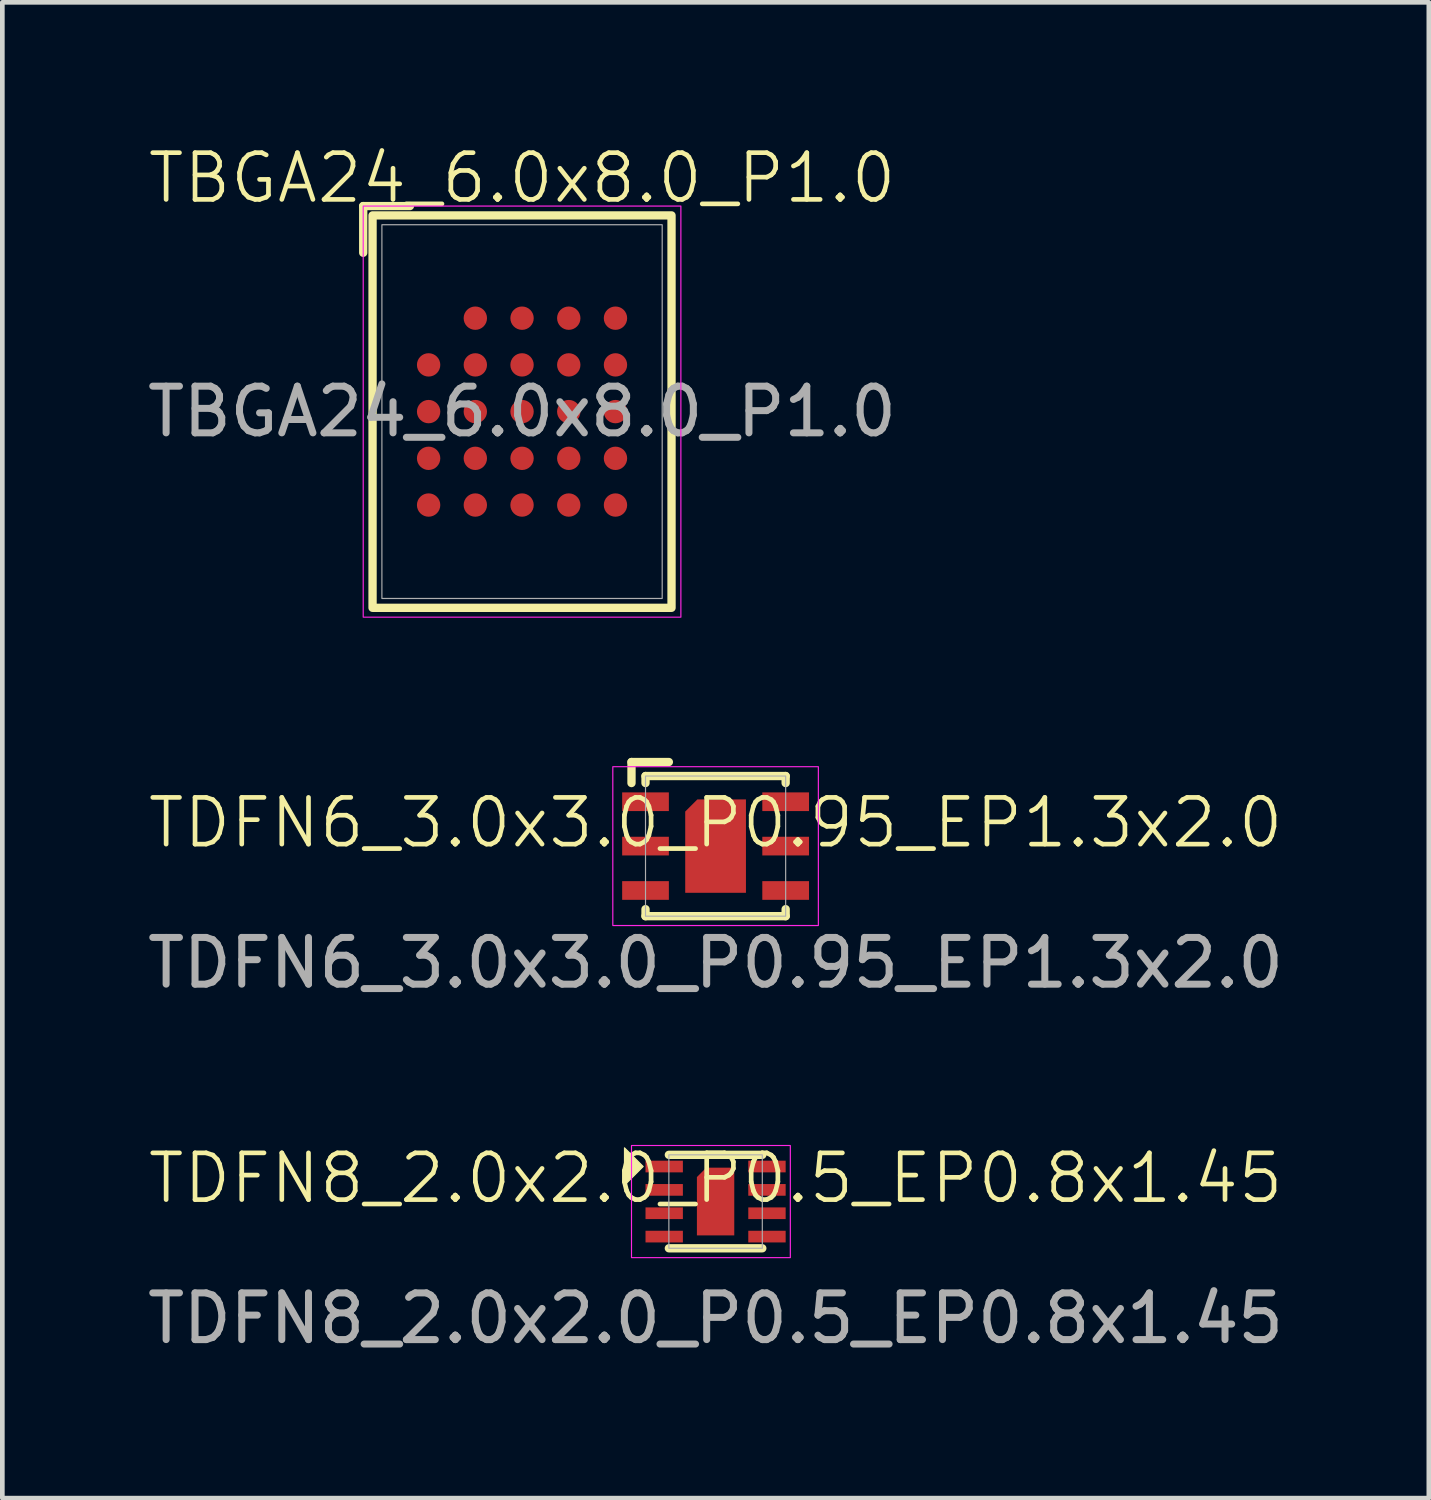
<source format=kicad_pcb>
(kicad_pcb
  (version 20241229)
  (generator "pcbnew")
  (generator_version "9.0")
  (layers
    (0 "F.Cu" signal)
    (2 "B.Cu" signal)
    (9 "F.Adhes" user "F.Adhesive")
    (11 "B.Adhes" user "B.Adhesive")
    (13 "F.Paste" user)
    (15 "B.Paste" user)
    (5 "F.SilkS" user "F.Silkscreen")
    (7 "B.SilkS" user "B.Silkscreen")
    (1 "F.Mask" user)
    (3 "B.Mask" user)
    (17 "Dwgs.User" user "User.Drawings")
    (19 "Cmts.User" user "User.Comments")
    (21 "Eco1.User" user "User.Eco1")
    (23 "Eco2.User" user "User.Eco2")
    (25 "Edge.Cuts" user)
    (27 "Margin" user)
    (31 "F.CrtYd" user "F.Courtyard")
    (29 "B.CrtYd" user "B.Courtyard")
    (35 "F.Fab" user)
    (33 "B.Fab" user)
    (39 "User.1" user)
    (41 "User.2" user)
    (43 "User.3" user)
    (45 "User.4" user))
  (footprint "TBGA24_6.0x8.0_P1.0"
    (layer "F.Cu")
    (at 8.125 5.761)
    (property "Reference" "TBGA24_6.0x8.0_P1.0" (at 0 -5 0) (unlocked yes) (layer "F.SilkS") (effects (font (size 1 1) (thickness 0.1))))
    (attr smd)
    (fp_line (start -3.4 -4.4) (end -2.4 -4.4) (stroke (width 0.178) (type default)) (layer "F.SilkS"))
    (fp_line (start -3.4 -3.4) (end -3.4 -4.4) (stroke (width 0.178) (type default)) (layer "F.SilkS"))
    (fp_rect (start -3.2 -4.2) (end 3.2 4.2) (stroke (width 0.178) (type default)) (fill no) (layer "F.SilkS"))
    (fp_rect (start -3.4 -4.4) (end 3.4 4.4) (stroke (width 0.025) (type default)) (fill no) (layer "F.CrtYd"))
    (fp_rect (start -3 4) (end 3 -4) (stroke (width 0.025) (type default)) (fill no) (layer "F.Fab"))
    (fp_text user "${REFERENCE}" (at 0 0 0) (unlocked yes) (layer "F.Fab") (effects (font (size 1 1) (thickness 0.15))))
    (pad "A2" smd circle (at -1 -2) (size 0.5 0.5) (layers "F.Cu" "F.Mask" "F.Paste"))
    (pad "A3" smd circle (at 0 -2) (size 0.5 0.5) (layers "F.Cu" "F.Mask" "F.Paste"))
    (pad "A4" smd circle (at 1 -2) (size 0.5 0.5) (layers "F.Cu" "F.Mask" "F.Paste"))
    (pad "A5" smd circle (at 2 -2) (size 0.5 0.5) (layers "F.Cu" "F.Mask" "F.Paste"))
    (pad "B1" smd circle (at -2 -1) (size 0.5 0.5) (layers "F.Cu" "F.Mask" "F.Paste"))
    (pad "B2" smd circle (at -1 -1) (size 0.5 0.5) (layers "F.Cu" "F.Mask" "F.Paste"))
    (pad "B3" smd circle (at 0 -1) (size 0.5 0.5) (layers "F.Cu" "F.Mask" "F.Paste"))
    (pad "B4" smd circle (at 1 -1) (size 0.5 0.5) (layers "F.Cu" "F.Mask" "F.Paste"))
    (pad "B5" smd circle (at 2 -1) (size 0.5 0.5) (layers "F.Cu" "F.Mask" "F.Paste"))
    (pad "C1" smd circle (at -2 0) (size 0.5 0.5) (layers "F.Cu" "F.Mask" "F.Paste"))
    (pad "C2" smd circle (at -1 0) (size 0.5 0.5) (layers "F.Cu" "F.Mask" "F.Paste"))
    (pad "C3" smd circle (at 0 0) (size 0.5 0.5) (layers "F.Cu" "F.Mask" "F.Paste"))
    (pad "C4" smd circle (at 1 0) (size 0.5 0.5) (layers "F.Cu" "F.Mask" "F.Paste"))
    (pad "C5" smd circle (at 2 0) (size 0.5 0.5) (layers "F.Cu" "F.Mask" "F.Paste"))
    (pad "D1" smd circle (at -2 1) (size 0.5 0.5) (layers "F.Cu" "F.Mask" "F.Paste"))
    (pad "D2" smd circle (at -1 1) (size 0.5 0.5) (layers "F.Cu" "F.Mask" "F.Paste"))
    (pad "D3" smd circle (at 0 1) (size 0.5 0.5) (layers "F.Cu" "F.Mask" "F.Paste"))
    (pad "D4" smd circle (at 1 1) (size 0.5 0.5) (layers "F.Cu" "F.Mask" "F.Paste"))
    (pad "D5" smd circle (at 2 1) (size 0.5 0.5) (layers "F.Cu" "F.Mask" "F.Paste"))
    (pad "E1" smd circle (at -2 2) (size 0.5 0.5) (layers "F.Cu" "F.Mask" "F.Paste"))
    (pad "E2" smd circle (at -1 2) (size 0.5 0.5) (layers "F.Cu" "F.Mask" "F.Paste"))
    (pad "E3" smd circle (at 0 2) (size 0.5 0.5) (layers "F.Cu" "F.Mask" "F.Paste"))
    (pad "E4" smd circle (at 1 2) (size 0.5 0.5) (layers "F.Cu" "F.Mask" "F.Paste"))
    (pad "E5" smd circle (at 2 2) (size 0.5 0.5) (layers "F.Cu" "F.Mask" "F.Paste")))
  (footprint "TDFN8_2.0x2.0_P0.5_EP0.8x1.45"
    (layer "F.Cu")
    (at 12.268 22.671)
    (property "Reference" "TDFN8_2.0x2.0_P0.5_EP0.8x1.45" (at 0 -0.5 0) (unlocked yes) (layer "F.SilkS") (effects (font (size 1 1) (thickness 0.1))))
    (attr smd)
    (fp_line (start -1 -1) (end 1 -1) (stroke (width 0.178) (type default)) (layer "F.SilkS"))
    (fp_line (start -1 1) (end 1 1) (stroke (width 0.178) (type default)) (layer "F.SilkS"))
    (fp_poly (pts (xy -1.55 -0.75) (xy -1.95 -1.15) (xy -1.95 -0.35)) (stroke (width 0.025) (type solid)) (fill yes) (layer "F.SilkS"))
    (fp_rect (start -1.8 -1.2) (end 1.6 1.2) (stroke (width 0.025) (type default)) (fill no) (layer "F.CrtYd"))
    (fp_rect (start -1 1) (end 1 -1) (stroke (width 0.025) (type default)) (fill no) (layer "F.Fab"))
    (fp_text user "${REFERENCE}" (at 0 2.5 0) (unlocked yes) (layer "F.Fab") (effects (font (size 1 1) (thickness 0.15))))
    (pad "1" smd rect (at -1.1 -0.75) (size 0.8 0.25) (layers "F.Cu" "F.Mask" "F.Paste"))
    (pad "2" smd rect (at -1.1 -0.25) (size 0.8 0.25) (layers "F.Cu" "F.Mask" "F.Paste"))
    (pad "3" smd rect (at -1.1 0.25) (size 0.8 0.25) (layers "F.Cu" "F.Mask" "F.Paste"))
    (pad "4" smd rect (at -1.1 0.75) (size 0.8 0.25) (layers "F.Cu" "F.Mask" "F.Paste"))
    (pad "5" smd rect (at 1.1 0.75) (size 0.8 0.25) (layers "F.Cu" "F.Mask" "F.Paste"))
    (pad "6" smd rect (at 1.1 0.25) (size 0.8 0.25) (layers "F.Cu" "F.Mask" "F.Paste"))
    (pad "7" smd rect (at 1.1 -0.25) (size 0.8 0.25) (layers "F.Cu" "F.Mask" "F.Paste"))
    (pad "8" smd rect (at 1.1 -0.75) (size 0.8 0.25) (layers "F.Cu" "F.Mask" "F.Paste"))
    (pad "9" smd roundrect (at 0 0) (size 0.8 1.45) (layers "F.Cu" "F.Mask" "F.Paste") (roundrect_rratio 0) (chamfer_ratio 0.25) (chamfer top_left)))
  (footprint "TDFN6_3.0x3.0_P0.95_EP1.3x2.0"
    (layer "F.Cu")
    (at 12.268 15.062)
    (property "Reference" "TDFN6_3.0x3.0_P0.95_EP1.3x2.0" (at 0 -0.5 0) (unlocked yes) (layer "F.SilkS") (effects (font (size 1 1) (thickness 0.1))))
    (attr smd)
    (fp_line (start -1.8 -1.8) (end -1 -1.8) (stroke (width 0.178) (type default)) (layer "F.SilkS"))
    (fp_line (start -1.8 -1.35) (end -1.8 -1.8) (stroke (width 0.178) (type default)) (layer "F.SilkS"))
    (fp_line (start -1.5 -1.5) (end 1.5 -1.5) (stroke (width 0.178) (type default)) (layer "F.SilkS"))
    (fp_line (start -1.5 -1.35) (end -1.5 -1.5) (stroke (width 0.178) (type default)) (layer "F.SilkS"))
    (fp_line (start -1.5 1.35) (end -1.5 1.5) (stroke (width 0.178) (type default)) (layer "F.SilkS"))
    (fp_line (start -1.5 1.5) (end 1.5 1.5) (stroke (width 0.178) (type default)) (layer "F.SilkS"))
    (fp_line (start 1.5 -1.35) (end 1.5 -1.5) (stroke (width 0.178) (type default)) (layer "F.SilkS"))
    (fp_line (start 1.5 1.5) (end 1.5 1.35) (stroke (width 0.178) (type default)) (layer "F.SilkS"))
    (fp_rect (start -2.2 1.7) (end 2.2 -1.7) (stroke (width 0.025) (type default)) (fill no) (layer "F.CrtYd"))
    (fp_rect (start -1.5 1.5) (end 1.5 -1.5) (stroke (width 0.025) (type default)) (fill no) (layer "F.Fab"))
    (fp_text user "${REFERENCE}" (at 0 2.5 0) (unlocked yes) (layer "F.Fab") (effects (font (size 1 1) (thickness 0.15))))
    (pad "1" smd rect (at -1.5 -0.95) (size 1 0.4) (layers "F.Cu" "F.Mask" "F.Paste"))
    (pad "2" smd rect (at -1.5 0) (size 1 0.4) (layers "F.Cu" "F.Mask" "F.Paste"))
    (pad "3" smd rect (at -1.5 0.95) (size 1 0.4) (layers "F.Cu" "F.Mask" "F.Paste"))
    (pad "4" smd rect (at 1.5 0.95) (size 1 0.4) (layers "F.Cu" "F.Mask" "F.Paste"))
    (pad "5" smd rect (at 1.5 0) (size 1 0.4) (layers "F.Cu" "F.Mask" "F.Paste"))
    (pad "6" smd rect (at 1.5 -0.95) (size 1 0.4) (layers "F.Cu" "F.Mask" "F.Paste"))
    (pad "7" smd roundrect (at 0 0) (size 1.3 2) (layers "F.Cu" "F.Mask" "F.Paste") (roundrect_rratio 0) (chamfer_ratio 0.2) (chamfer top_left)))
  (gr_rect
    (start -3 -3)
    (end 27.536 29.019)
    (stroke (width 0.1) (type default))
    (fill no)
    (layer "Edge.Cuts")))
</source>
